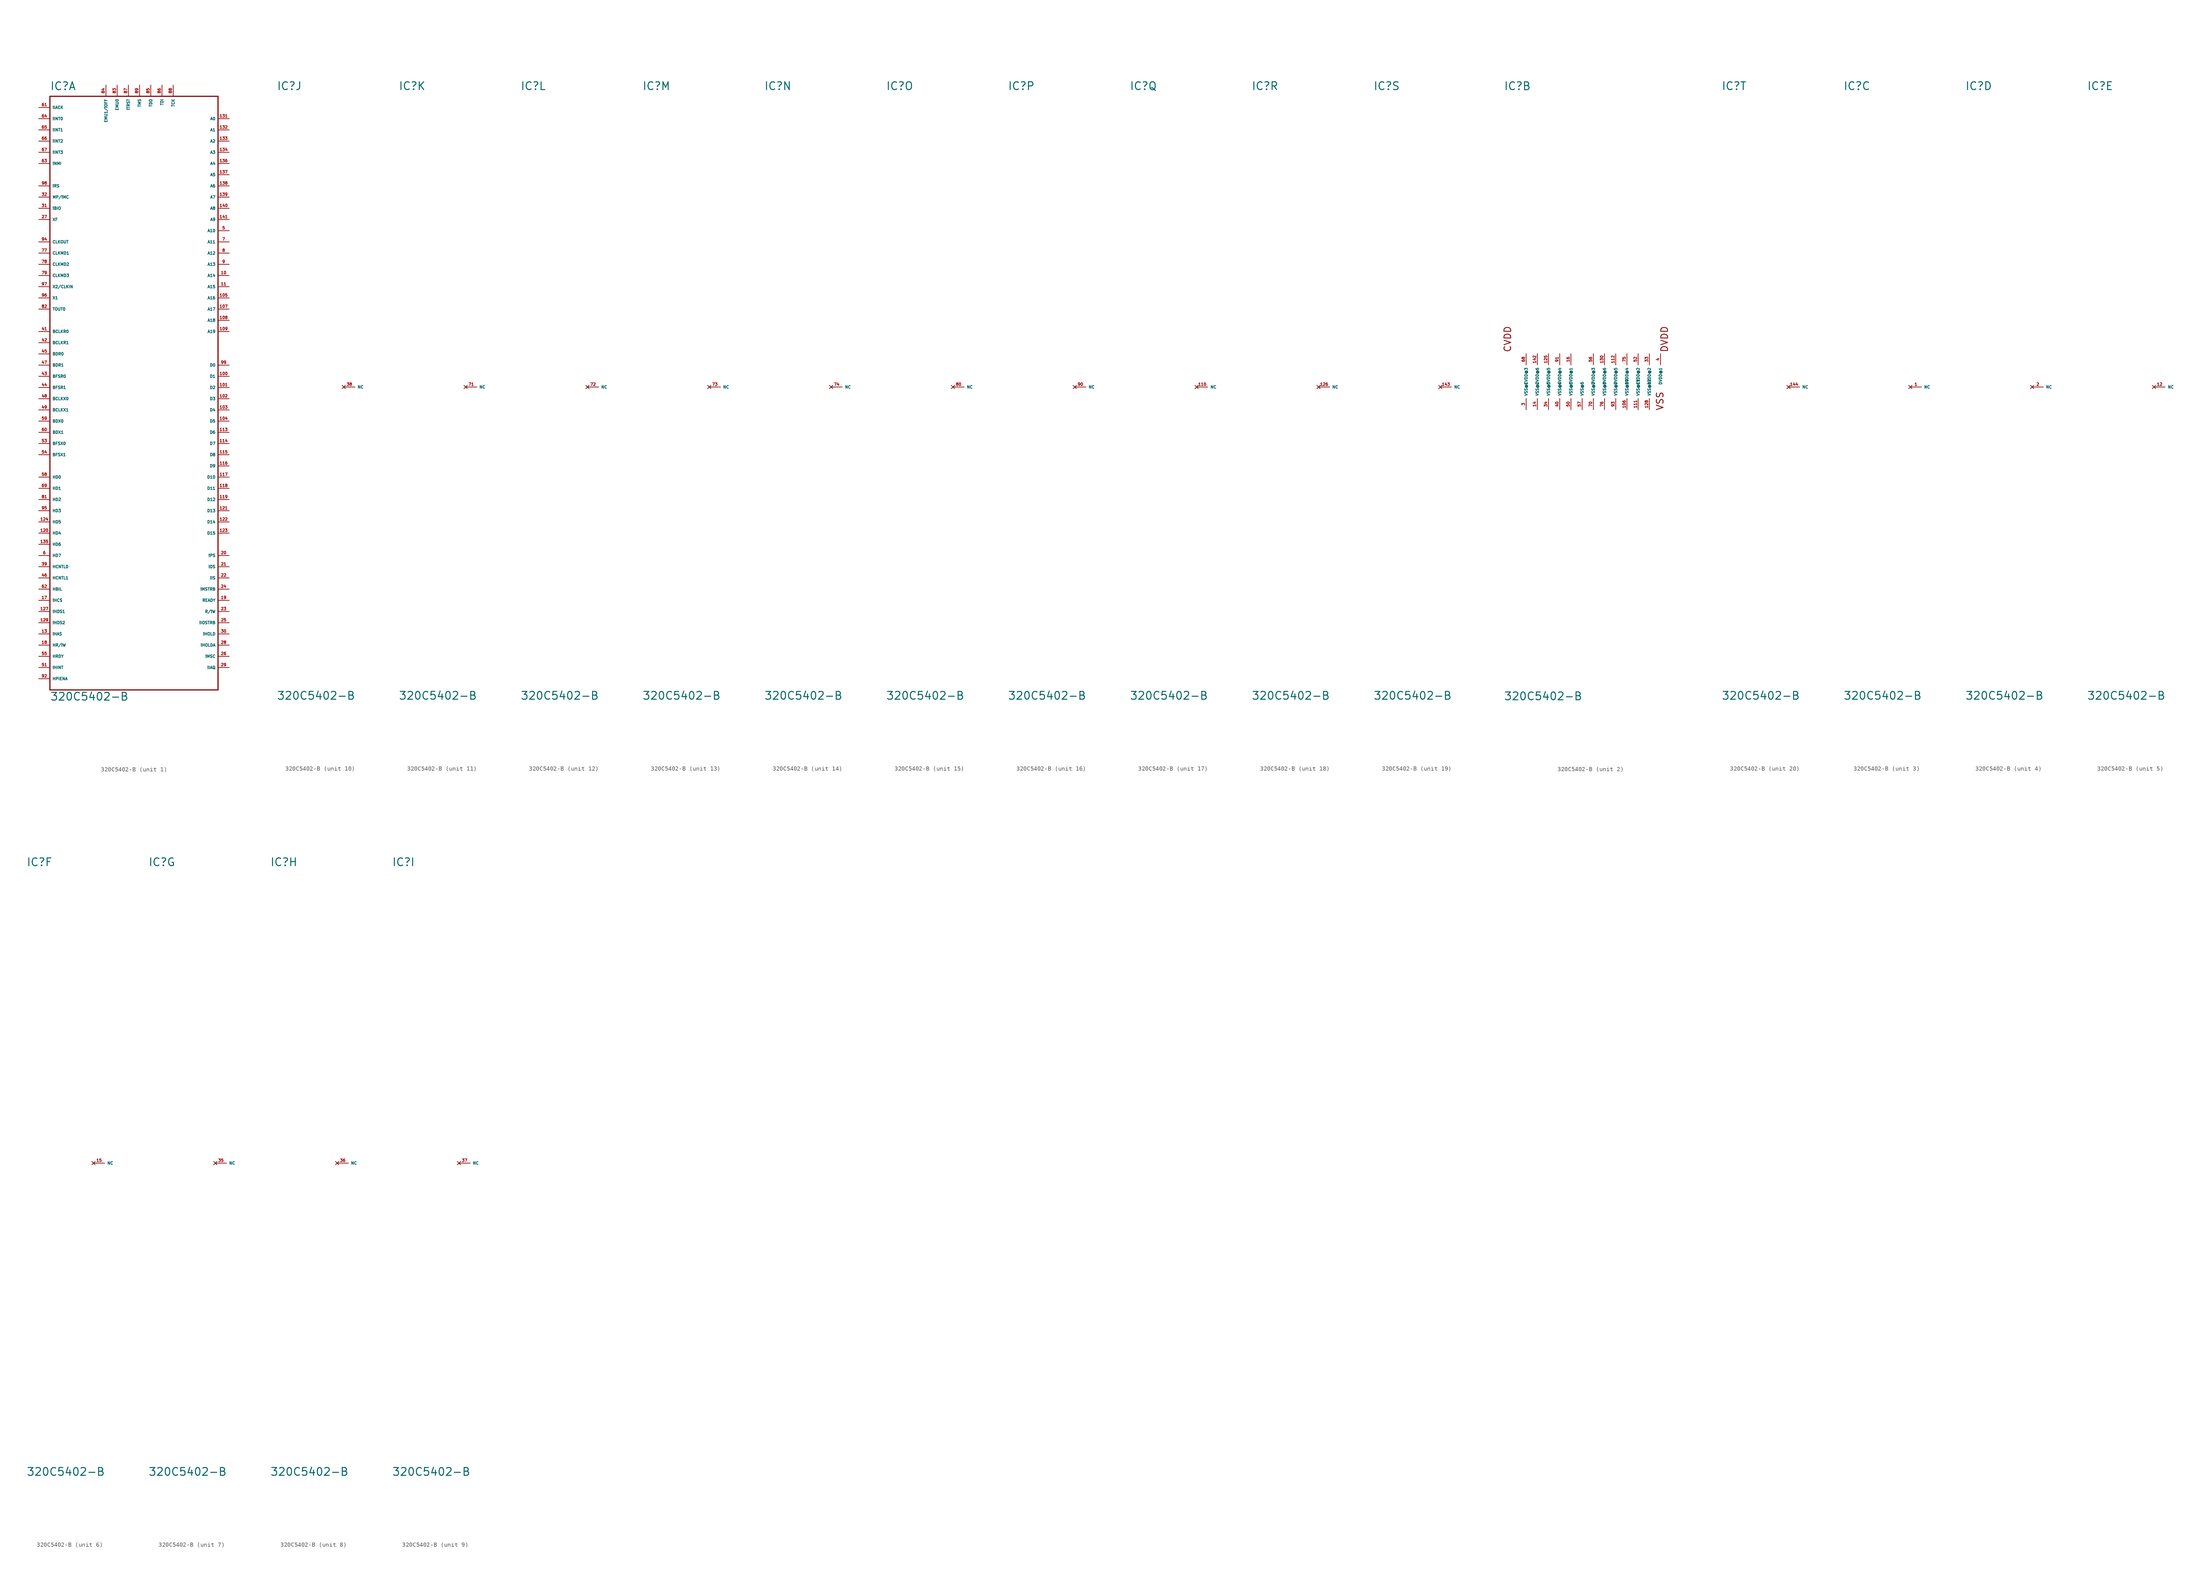
<source format=kicad_sym>
(kicad_symbol_lib
  (version 20220914)
  (generator Eagle2Kicad)
  (symbol "320C5402-B"
    (property "Reference" "IC"
      (at -20.32 67.31 0)
      (effects (font (size 1.778 1.778) (thickness 0.22)) (justify left bottom)))
    (property "Value" "320C5402-B"
      (at -20.32 -71.12 0)
      (effects (font (size 1.778 1.778) (thickness 0.22)) (justify left bottom)))
    (symbol "320C5402-B_1_0"
      (polyline (pts (xy -20.32 66.04) (xy 17.78 66.04)) (stroke (width 0.254) (type default)) (fill (type none)))
      (polyline (pts (xy 17.78 66.04) (xy 17.78 -68.58)) (stroke (width 0.254) (type default)) (fill (type none)))
      (polyline (pts (xy 17.78 -68.58) (xy -20.32 -68.58)) (stroke (width 0.254) (type default)) (fill (type none)))
      (polyline (pts (xy -20.32 -68.58) (xy -20.32 66.04)) (stroke (width 0.254) (type default)) (fill (type none)))
      (pin tri_state line (at 20.32 35.56 180) (length 2.54) (name "A10" (effects (font (size 0.635 0.635) (thickness 0.08)) (justify left bottom))) (number "5" (effects (font (size 0.635 0.635) (thickness 0.08)) (justify left bottom))))
      (pin tri_state line (at -22.86 -38.1 0) (length 2.54) (name "HD7" (effects (font (size 0.635 0.635) (thickness 0.08)) (justify left bottom))) (number "6" (effects (font (size 0.635 0.635) (thickness 0.08)) (justify left bottom))))
      (pin tri_state line (at 20.32 33.02 180) (length 2.54) (name "A11" (effects (font (size 0.635 0.635) (thickness 0.08)) (justify left bottom))) (number "7" (effects (font (size 0.635 0.635) (thickness 0.08)) (justify left bottom))))
      (pin tri_state line (at 20.32 58.42 180) (length 2.54) (name "A1" (effects (font (size 0.635 0.635) (thickness 0.08)) (justify left bottom))) (number "132" (effects (font (size 0.635 0.635) (thickness 0.08)) (justify left bottom))))
      (pin tri_state line (at 20.32 55.88 180) (length 2.54) (name "A2" (effects (font (size 0.635 0.635) (thickness 0.08)) (justify left bottom))) (number "133" (effects (font (size 0.635 0.635) (thickness 0.08)) (justify left bottom))))
      (pin tri_state line (at 20.32 53.34 180) (length 2.54) (name "A3" (effects (font (size 0.635 0.635) (thickness 0.08)) (justify left bottom))) (number "134" (effects (font (size 0.635 0.635) (thickness 0.08)) (justify left bottom))))
      (pin tri_state line (at 20.32 50.8 180) (length 2.54) (name "A4" (effects (font (size 0.635 0.635) (thickness 0.08)) (justify left bottom))) (number "136" (effects (font (size 0.635 0.635) (thickness 0.08)) (justify left bottom))))
      (pin tri_state line (at 20.32 48.26 180) (length 2.54) (name "A5" (effects (font (size 0.635 0.635) (thickness 0.08)) (justify left bottom))) (number "137" (effects (font (size 0.635 0.635) (thickness 0.08)) (justify left bottom))))
      (pin tri_state line (at 20.32 45.72 180) (length 2.54) (name "A6" (effects (font (size 0.635 0.635) (thickness 0.08)) (justify left bottom))) (number "138" (effects (font (size 0.635 0.635) (thickness 0.08)) (justify left bottom))))
      (pin tri_state line (at 20.32 43.18 180) (length 2.54) (name "A7" (effects (font (size 0.635 0.635) (thickness 0.08)) (justify left bottom))) (number "139" (effects (font (size 0.635 0.635) (thickness 0.08)) (justify left bottom))))
      (pin tri_state line (at 20.32 40.64 180) (length 2.54) (name "A8" (effects (font (size 0.635 0.635) (thickness 0.08)) (justify left bottom))) (number "140" (effects (font (size 0.635 0.635) (thickness 0.08)) (justify left bottom))))
      (pin tri_state line (at 20.32 38.1 180) (length 2.54) (name "A9" (effects (font (size 0.635 0.635) (thickness 0.08)) (justify left bottom))) (number "141" (effects (font (size 0.635 0.635) (thickness 0.08)) (justify left bottom))))
      (pin tri_state line (at 20.32 30.48 180) (length 2.54) (name "A12" (effects (font (size 0.635 0.635) (thickness 0.08)) (justify left bottom))) (number "8" (effects (font (size 0.635 0.635) (thickness 0.08)) (justify left bottom))))
      (pin tri_state line (at 20.32 27.94 180) (length 2.54) (name "A13" (effects (font (size 0.635 0.635) (thickness 0.08)) (justify left bottom))) (number "9" (effects (font (size 0.635 0.635) (thickness 0.08)) (justify left bottom))))
      (pin tri_state line (at 20.32 25.4 180) (length 2.54) (name "A14" (effects (font (size 0.635 0.635) (thickness 0.08)) (justify left bottom))) (number "10" (effects (font (size 0.635 0.635) (thickness 0.08)) (justify left bottom))))
      (pin tri_state line (at 20.32 22.86 180) (length 2.54) (name "A15" (effects (font (size 0.635 0.635) (thickness 0.08)) (justify left bottom))) (number "11" (effects (font (size 0.635 0.635) (thickness 0.08)) (justify left bottom))))
      (pin tri_state line (at 20.32 20.32 180) (length 2.54) (name "A16" (effects (font (size 0.635 0.635) (thickness 0.08)) (justify left bottom))) (number "105" (effects (font (size 0.635 0.635) (thickness 0.08)) (justify left bottom))))
      (pin tri_state line (at 20.32 17.78 180) (length 2.54) (name "A17" (effects (font (size 0.635 0.635) (thickness 0.08)) (justify left bottom))) (number "107" (effects (font (size 0.635 0.635) (thickness 0.08)) (justify left bottom))))
      (pin tri_state line (at 20.32 15.24 180) (length 2.54) (name "A18" (effects (font (size 0.635 0.635) (thickness 0.08)) (justify left bottom))) (number "108" (effects (font (size 0.635 0.635) (thickness 0.08)) (justify left bottom))))
      (pin tri_state line (at 20.32 12.7 180) (length 2.54) (name "A19" (effects (font (size 0.635 0.635) (thickness 0.08)) (justify left bottom))) (number "109" (effects (font (size 0.635 0.635) (thickness 0.08)) (justify left bottom))))
      (pin tri_state line (at 20.32 60.96 180) (length 2.54) (name "A0" (effects (font (size 0.635 0.635) (thickness 0.08)) (justify left bottom))) (number "131" (effects (font (size 0.635 0.635) (thickness 0.08)) (justify left bottom))))
      (pin tri_state line (at -22.86 -35.56 0) (length 2.54) (name "HD6" (effects (font (size 0.635 0.635) (thickness 0.08)) (justify left bottom))) (number "135" (effects (font (size 0.635 0.635) (thickness 0.08)) (justify left bottom))))
      (pin input line (at -22.86 -55.88 0) (length 2.54) (name "!HAS" (effects (font (size 0.635 0.635) (thickness 0.08)) (justify left bottom))) (number "13" (effects (font (size 0.635 0.635) (thickness 0.08)) (justify left bottom))))
      (pin input line (at -22.86 -48.26 0) (length 2.54) (name "!HCS" (effects (font (size 0.635 0.635) (thickness 0.08)) (justify left bottom))) (number "17" (effects (font (size 0.635 0.635) (thickness 0.08)) (justify left bottom))))
      (pin input line (at -22.86 -58.42 0) (length 2.54) (name "HR/!W" (effects (font (size 0.635 0.635) (thickness 0.08)) (justify left bottom))) (number "18" (effects (font (size 0.635 0.635) (thickness 0.08)) (justify left bottom))))
      (pin input line (at 20.32 -48.26 180) (length 2.54) (name "READY" (effects (font (size 0.635 0.635) (thickness 0.08)) (justify left bottom))) (number "19" (effects (font (size 0.635 0.635) (thickness 0.08)) (justify left bottom))))
      (pin tri_state line (at 20.32 -38.1 180) (length 2.54) (name "!PS" (effects (font (size 0.635 0.635) (thickness 0.08)) (justify left bottom))) (number "20" (effects (font (size 0.635 0.635) (thickness 0.08)) (justify left bottom))))
      (pin tri_state line (at 20.32 -40.64 180) (length 2.54) (name "!DS" (effects (font (size 0.635 0.635) (thickness 0.08)) (justify left bottom))) (number "21" (effects (font (size 0.635 0.635) (thickness 0.08)) (justify left bottom))))
      (pin tri_state line (at 20.32 -43.18 180) (length 2.54) (name "!IS" (effects (font (size 0.635 0.635) (thickness 0.08)) (justify left bottom))) (number "22" (effects (font (size 0.635 0.635) (thickness 0.08)) (justify left bottom))))
      (pin tri_state line (at 20.32 -50.8 180) (length 2.54) (name "R/!W" (effects (font (size 0.635 0.635) (thickness 0.08)) (justify left bottom))) (number "23" (effects (font (size 0.635 0.635) (thickness 0.08)) (justify left bottom))))
      (pin tri_state line (at 20.32 -45.72 180) (length 2.54) (name "!MSTRB" (effects (font (size 0.635 0.635) (thickness 0.08)) (justify left bottom))) (number "24" (effects (font (size 0.635 0.635) (thickness 0.08)) (justify left bottom))))
      (pin tri_state line (at 20.32 -53.34 180) (length 2.54) (name "!IOSTRB" (effects (font (size 0.635 0.635) (thickness 0.08)) (justify left bottom))) (number "25" (effects (font (size 0.635 0.635) (thickness 0.08)) (justify left bottom))))
      (pin tri_state line (at 20.32 -60.96 180) (length 2.54) (name "!MSC" (effects (font (size 0.635 0.635) (thickness 0.08)) (justify left bottom))) (number "26" (effects (font (size 0.635 0.635) (thickness 0.08)) (justify left bottom))))
      (pin tri_state line (at -22.86 38.1 0) (length 2.54) (name "XF" (effects (font (size 0.635 0.635) (thickness 0.08)) (justify left bottom))) (number "27" (effects (font (size 0.635 0.635) (thickness 0.08)) (justify left bottom))))
      (pin tri_state line (at 20.32 -58.42 180) (length 2.54) (name "!HOLDA" (effects (font (size 0.635 0.635) (thickness 0.08)) (justify left bottom))) (number "28" (effects (font (size 0.635 0.635) (thickness 0.08)) (justify left bottom))))
      (pin tri_state line (at 20.32 -63.5 180) (length 2.54) (name "!IAQ" (effects (font (size 0.635 0.635) (thickness 0.08)) (justify left bottom))) (number "29" (effects (font (size 0.635 0.635) (thickness 0.08)) (justify left bottom))))
      (pin input line (at 20.32 -55.88 180) (length 2.54) (name "!HOLD" (effects (font (size 0.635 0.635) (thickness 0.08)) (justify left bottom))) (number "30" (effects (font (size 0.635 0.635) (thickness 0.08)) (justify left bottom))))
      (pin input line (at -22.86 40.64 0) (length 2.54) (name "!BIO" (effects (font (size 0.635 0.635) (thickness 0.08)) (justify left bottom))) (number "31" (effects (font (size 0.635 0.635) (thickness 0.08)) (justify left bottom))))
      (pin input line (at -22.86 43.18 0) (length 2.54) (name "MP/!MC" (effects (font (size 0.635 0.635) (thickness 0.08)) (justify left bottom))) (number "32" (effects (font (size 0.635 0.635) (thickness 0.08)) (justify left bottom))))
      (pin input line (at -22.86 -40.64 0) (length 2.54) (name "HCNTL0" (effects (font (size 0.635 0.635) (thickness 0.08)) (justify left bottom))) (number "39" (effects (font (size 0.635 0.635) (thickness 0.08)) (justify left bottom))))
      (pin tri_state line (at -22.86 12.7 0) (length 2.54) (name "BCLKR0" (effects (font (size 0.635 0.635) (thickness 0.08)) (justify left bottom))) (number "41" (effects (font (size 0.635 0.635) (thickness 0.08)) (justify left bottom))))
      (pin tri_state line (at -22.86 10.16 0) (length 2.54) (name "BCLKR1" (effects (font (size 0.635 0.635) (thickness 0.08)) (justify left bottom))) (number "42" (effects (font (size 0.635 0.635) (thickness 0.08)) (justify left bottom))))
      (pin tri_state line (at -22.86 2.54 0) (length 2.54) (name "BFSR0" (effects (font (size 0.635 0.635) (thickness 0.08)) (justify left bottom))) (number "43" (effects (font (size 0.635 0.635) (thickness 0.08)) (justify left bottom))))
      (pin tri_state line (at -22.86 0 0) (length 2.54) (name "BFSR1" (effects (font (size 0.635 0.635) (thickness 0.08)) (justify left bottom))) (number "44" (effects (font (size 0.635 0.635) (thickness 0.08)) (justify left bottom))))
      (pin input line (at -22.86 -43.18 0) (length 2.54) (name "HCNTL1" (effects (font (size 0.635 0.635) (thickness 0.08)) (justify left bottom))) (number "46" (effects (font (size 0.635 0.635) (thickness 0.08)) (justify left bottom))))
      (pin input line (at -22.86 5.08 0) (length 2.54) (name "BDR1" (effects (font (size 0.635 0.635) (thickness 0.08)) (justify left bottom))) (number "47" (effects (font (size 0.635 0.635) (thickness 0.08)) (justify left bottom))))
      (pin tri_state line (at -22.86 -2.54 0) (length 2.54) (name "BCLKX0" (effects (font (size 0.635 0.635) (thickness 0.08)) (justify left bottom))) (number "48" (effects (font (size 0.635 0.635) (thickness 0.08)) (justify left bottom))))
      (pin tri_state line (at -22.86 -5.08 0) (length 2.54) (name "BCLKX1" (effects (font (size 0.635 0.635) (thickness 0.08)) (justify left bottom))) (number "49" (effects (font (size 0.635 0.635) (thickness 0.08)) (justify left bottom))))
      (pin tri_state line (at -22.86 -63.5 0) (length 2.54) (name "!HINT" (effects (font (size 0.635 0.635) (thickness 0.08)) (justify left bottom))) (number "51" (effects (font (size 0.635 0.635) (thickness 0.08)) (justify left bottom))))
      (pin tri_state line (at -22.86 -12.7 0) (length 2.54) (name "BFSX0" (effects (font (size 0.635 0.635) (thickness 0.08)) (justify left bottom))) (number "53" (effects (font (size 0.635 0.635) (thickness 0.08)) (justify left bottom))))
      (pin tri_state line (at -22.86 -15.24 0) (length 2.54) (name "BFSX1" (effects (font (size 0.635 0.635) (thickness 0.08)) (justify left bottom))) (number "54" (effects (font (size 0.635 0.635) (thickness 0.08)) (justify left bottom))))
      (pin tri_state line (at -22.86 -60.96 0) (length 2.54) (name "HRDY" (effects (font (size 0.635 0.635) (thickness 0.08)) (justify left bottom))) (number "55" (effects (font (size 0.635 0.635) (thickness 0.08)) (justify left bottom))))
      (pin tri_state line (at -22.86 -20.32 0) (length 2.54) (name "HD0" (effects (font (size 0.635 0.635) (thickness 0.08)) (justify left bottom))) (number "58" (effects (font (size 0.635 0.635) (thickness 0.08)) (justify left bottom))))
      (pin tri_state line (at -22.86 -7.62 0) (length 2.54) (name "BDX0" (effects (font (size 0.635 0.635) (thickness 0.08)) (justify left bottom))) (number "59" (effects (font (size 0.635 0.635) (thickness 0.08)) (justify left bottom))))
      (pin tri_state line (at -22.86 -10.16 0) (length 2.54) (name "BDX1" (effects (font (size 0.635 0.635) (thickness 0.08)) (justify left bottom))) (number "60" (effects (font (size 0.635 0.635) (thickness 0.08)) (justify left bottom))))
      (pin tri_state line (at -22.86 63.5 0) (length 2.54) (name "!IACK" (effects (font (size 0.635 0.635) (thickness 0.08)) (justify left bottom))) (number "61" (effects (font (size 0.635 0.635) (thickness 0.08)) (justify left bottom))))
      (pin input line (at -22.86 -45.72 0) (length 2.54) (name "HBIL" (effects (font (size 0.635 0.635) (thickness 0.08)) (justify left bottom))) (number "62" (effects (font (size 0.635 0.635) (thickness 0.08)) (justify left bottom))))
      (pin input line (at -22.86 50.8 0) (length 2.54) (name "!NMI" (effects (font (size 0.635 0.635) (thickness 0.08)) (justify left bottom))) (number "63" (effects (font (size 0.635 0.635) (thickness 0.08)) (justify left bottom))))
      (pin input line (at -22.86 60.96 0) (length 2.54) (name "!INT0" (effects (font (size 0.635 0.635) (thickness 0.08)) (justify left bottom))) (number "64" (effects (font (size 0.635 0.635) (thickness 0.08)) (justify left bottom))))
      (pin input line (at -22.86 58.42 0) (length 2.54) (name "!INT1" (effects (font (size 0.635 0.635) (thickness 0.08)) (justify left bottom))) (number "65" (effects (font (size 0.635 0.635) (thickness 0.08)) (justify left bottom))))
      (pin input line (at -22.86 55.88 0) (length 2.54) (name "!INT2" (effects (font (size 0.635 0.635) (thickness 0.08)) (justify left bottom))) (number "66" (effects (font (size 0.635 0.635) (thickness 0.08)) (justify left bottom))))
      (pin input line (at -22.86 53.34 0) (length 2.54) (name "!INT3" (effects (font (size 0.635 0.635) (thickness 0.08)) (justify left bottom))) (number "67" (effects (font (size 0.635 0.635) (thickness 0.08)) (justify left bottom))))
      (pin tri_state line (at -22.86 -22.86 0) (length 2.54) (name "HD1" (effects (font (size 0.635 0.635) (thickness 0.08)) (justify left bottom))) (number "69" (effects (font (size 0.635 0.635) (thickness 0.08)) (justify left bottom))))
      (pin input line (at -22.86 30.48 0) (length 2.54) (name "CLKMD1" (effects (font (size 0.635 0.635) (thickness 0.08)) (justify left bottom))) (number "77" (effects (font (size 0.635 0.635) (thickness 0.08)) (justify left bottom))))
      (pin input line (at -22.86 27.94 0) (length 2.54) (name "CLKMD2" (effects (font (size 0.635 0.635) (thickness 0.08)) (justify left bottom))) (number "78" (effects (font (size 0.635 0.635) (thickness 0.08)) (justify left bottom))))
      (pin input line (at -22.86 25.4 0) (length 2.54) (name "CLKMD3" (effects (font (size 0.635 0.635) (thickness 0.08)) (justify left bottom))) (number "79" (effects (font (size 0.635 0.635) (thickness 0.08)) (justify left bottom))))
      (pin tri_state line (at -22.86 -25.4 0) (length 2.54) (name "HD2" (effects (font (size 0.635 0.635) (thickness 0.08)) (justify left bottom))) (number "81" (effects (font (size 0.635 0.635) (thickness 0.08)) (justify left bottom))))
      (pin tri_state line (at -22.86 17.78 0) (length 2.54) (name "TOUT0" (effects (font (size 0.635 0.635) (thickness 0.08)) (justify left bottom))) (number "82" (effects (font (size 0.635 0.635) (thickness 0.08)) (justify left bottom))))
      (pin tri_state line (at -5.08 68.58 270) (length 2.54) (name "EMU0" (effects (font (size 0.635 0.635) (thickness 0.08)) (justify left bottom))) (number "83" (effects (font (size 0.635 0.635) (thickness 0.08)) (justify left bottom))))
      (pin tri_state line (at -7.62 68.58 270) (length 2.54) (name "EMU1/!OFF" (effects (font (size 0.635 0.635) (thickness 0.08)) (justify left bottom))) (number "84" (effects (font (size 0.635 0.635) (thickness 0.08)) (justify left bottom))))
      (pin tri_state line (at 2.54 68.58 270) (length 2.54) (name "TDO" (effects (font (size 0.635 0.635) (thickness 0.08)) (justify left bottom))) (number "85" (effects (font (size 0.635 0.635) (thickness 0.08)) (justify left bottom))))
      (pin input line (at 5.08 68.58 270) (length 2.54) (name "TDI" (effects (font (size 0.635 0.635) (thickness 0.08)) (justify left bottom))) (number "86" (effects (font (size 0.635 0.635) (thickness 0.08)) (justify left bottom))))
      (pin input line (at -2.54 68.58 270) (length 2.54) (name "!TRST" (effects (font (size 0.635 0.635) (thickness 0.08)) (justify left bottom))) (number "87" (effects (font (size 0.635 0.635) (thickness 0.08)) (justify left bottom))))
      (pin input line (at 7.62 68.58 270) (length 2.54) (name "TCK" (effects (font (size 0.635 0.635) (thickness 0.08)) (justify left bottom))) (number "88" (effects (font (size 0.635 0.635) (thickness 0.08)) (justify left bottom))))
      (pin input line (at 0 68.58 270) (length 2.54) (name "TMS" (effects (font (size 0.635 0.635) (thickness 0.08)) (justify left bottom))) (number "89" (effects (font (size 0.635 0.635) (thickness 0.08)) (justify left bottom))))
      (pin input line (at -22.86 -66.04 0) (length 2.54) (name "HPIENA" (effects (font (size 0.635 0.635) (thickness 0.08)) (justify left bottom))) (number "92" (effects (font (size 0.635 0.635) (thickness 0.08)) (justify left bottom))))
      (pin tri_state line (at -22.86 33.02 0) (length 2.54) (name "CLKOUT" (effects (font (size 0.635 0.635) (thickness 0.08)) (justify left bottom))) (number "94" (effects (font (size 0.635 0.635) (thickness 0.08)) (justify left bottom))))
      (pin tri_state line (at -22.86 -27.94 0) (length 2.54) (name "HD3" (effects (font (size 0.635 0.635) (thickness 0.08)) (justify left bottom))) (number "95" (effects (font (size 0.635 0.635) (thickness 0.08)) (justify left bottom))))
      (pin output line (at -22.86 20.32 0) (length 2.54) (name "X1" (effects (font (size 0.635 0.635) (thickness 0.08)) (justify left bottom))) (number "96" (effects (font (size 0.635 0.635) (thickness 0.08)) (justify left bottom))))
      (pin input line (at -22.86 22.86 0) (length 2.54) (name "X2/CLKIN" (effects (font (size 0.635 0.635) (thickness 0.08)) (justify left bottom))) (number "97" (effects (font (size 0.635 0.635) (thickness 0.08)) (justify left bottom))))
      (pin input line (at -22.86 45.72 0) (length 2.54) (name "!RS" (effects (font (size 0.635 0.635) (thickness 0.08)) (justify left bottom))) (number "98" (effects (font (size 0.635 0.635) (thickness 0.08)) (justify left bottom))))
      (pin tri_state line (at 20.32 5.08 180) (length 2.54) (name "D0" (effects (font (size 0.635 0.635) (thickness 0.08)) (justify left bottom))) (number "99" (effects (font (size 0.635 0.635) (thickness 0.08)) (justify left bottom))))
      (pin tri_state line (at 20.32 2.54 180) (length 2.54) (name "D1" (effects (font (size 0.635 0.635) (thickness 0.08)) (justify left bottom))) (number "100" (effects (font (size 0.635 0.635) (thickness 0.08)) (justify left bottom))))
      (pin tri_state line (at 20.32 0 180) (length 2.54) (name "D2" (effects (font (size 0.635 0.635) (thickness 0.08)) (justify left bottom))) (number "101" (effects (font (size 0.635 0.635) (thickness 0.08)) (justify left bottom))))
      (pin tri_state line (at 20.32 -2.54 180) (length 2.54) (name "D3" (effects (font (size 0.635 0.635) (thickness 0.08)) (justify left bottom))) (number "102" (effects (font (size 0.635 0.635) (thickness 0.08)) (justify left bottom))))
      (pin tri_state line (at 20.32 -5.08 180) (length 2.54) (name "D4" (effects (font (size 0.635 0.635) (thickness 0.08)) (justify left bottom))) (number "103" (effects (font (size 0.635 0.635) (thickness 0.08)) (justify left bottom))))
      (pin tri_state line (at 20.32 -7.62 180) (length 2.54) (name "D5" (effects (font (size 0.635 0.635) (thickness 0.08)) (justify left bottom))) (number "104" (effects (font (size 0.635 0.635) (thickness 0.08)) (justify left bottom))))
      (pin tri_state line (at 20.32 -10.16 180) (length 2.54) (name "D6" (effects (font (size 0.635 0.635) (thickness 0.08)) (justify left bottom))) (number "113" (effects (font (size 0.635 0.635) (thickness 0.08)) (justify left bottom))))
      (pin tri_state line (at 20.32 -12.7 180) (length 2.54) (name "D7" (effects (font (size 0.635 0.635) (thickness 0.08)) (justify left bottom))) (number "114" (effects (font (size 0.635 0.635) (thickness 0.08)) (justify left bottom))))
      (pin tri_state line (at 20.32 -15.24 180) (length 2.54) (name "D8" (effects (font (size 0.635 0.635) (thickness 0.08)) (justify left bottom))) (number "115" (effects (font (size 0.635 0.635) (thickness 0.08)) (justify left bottom))))
      (pin tri_state line (at 20.32 -17.78 180) (length 2.54) (name "D9" (effects (font (size 0.635 0.635) (thickness 0.08)) (justify left bottom))) (number "116" (effects (font (size 0.635 0.635) (thickness 0.08)) (justify left bottom))))
      (pin tri_state line (at 20.32 -20.32 180) (length 2.54) (name "D10" (effects (font (size 0.635 0.635) (thickness 0.08)) (justify left bottom))) (number "117" (effects (font (size 0.635 0.635) (thickness 0.08)) (justify left bottom))))
      (pin tri_state line (at 20.32 -22.86 180) (length 2.54) (name "D11" (effects (font (size 0.635 0.635) (thickness 0.08)) (justify left bottom))) (number "118" (effects (font (size 0.635 0.635) (thickness 0.08)) (justify left bottom))))
      (pin tri_state line (at 20.32 -25.4 180) (length 2.54) (name "D12" (effects (font (size 0.635 0.635) (thickness 0.08)) (justify left bottom))) (number "119" (effects (font (size 0.635 0.635) (thickness 0.08)) (justify left bottom))))
      (pin tri_state line (at 20.32 -27.94 180) (length 2.54) (name "D13" (effects (font (size 0.635 0.635) (thickness 0.08)) (justify left bottom))) (number "121" (effects (font (size 0.635 0.635) (thickness 0.08)) (justify left bottom))))
      (pin tri_state line (at 20.32 -30.48 180) (length 2.54) (name "D14" (effects (font (size 0.635 0.635) (thickness 0.08)) (justify left bottom))) (number "122" (effects (font (size 0.635 0.635) (thickness 0.08)) (justify left bottom))))
      (pin tri_state line (at 20.32 -33.02 180) (length 2.54) (name "D15" (effects (font (size 0.635 0.635) (thickness 0.08)) (justify left bottom))) (number "123" (effects (font (size 0.635 0.635) (thickness 0.08)) (justify left bottom))))
      (pin tri_state line (at -22.86 -33.02 0) (length 2.54) (name "HD4" (effects (font (size 0.635 0.635) (thickness 0.08)) (justify left bottom))) (number "120" (effects (font (size 0.635 0.635) (thickness 0.08)) (justify left bottom))))
      (pin tri_state line (at -22.86 -30.48 0) (length 2.54) (name "HD5" (effects (font (size 0.635 0.635) (thickness 0.08)) (justify left bottom))) (number "124" (effects (font (size 0.635 0.635) (thickness 0.08)) (justify left bottom))))
      (pin input line (at -22.86 -50.8 0) (length 2.54) (name "!HDS1" (effects (font (size 0.635 0.635) (thickness 0.08)) (justify left bottom))) (number "127" (effects (font (size 0.635 0.635) (thickness 0.08)) (justify left bottom))))
      (pin input line (at -22.86 -53.34 0) (length 2.54) (name "!HDS2" (effects (font (size 0.635 0.635) (thickness 0.08)) (justify left bottom))) (number "129" (effects (font (size 0.635 0.635) (thickness 0.08)) (justify left bottom))))
      (pin input line (at -22.86 7.62 0) (length 2.54) (name "BDR0" (effects (font (size 0.635 0.635) (thickness 0.08)) (justify left bottom))) (number "45" (effects (font (size 0.635 0.635) (thickness 0.08)) (justify left bottom)))))
    (symbol "320C5402-B_2_0"
      (text "DVDD" (at 17.018 7.874 2700) (effects (font (size 1.524 1.524) (thickness 0.19)) (justify left bottom)))
      (text "CVDD" (at -18.542 7.874 2700) (effects (font (size 1.524 1.524) (thickness 0.19)) (justify left bottom)))
      (text "VSS" (at 16.002 -5.334 900) (effects (font (size 1.524 1.524) (thickness 0.19)) (justify left bottom)))
      (pin unspecified line (at -15.24 -5.08 90) (length 2.54) (name "VSS@1" (effects (font (size 0.635 0.635) (thickness 0.08)) (justify left bottom))) (number "3" (effects (font (size 0.635 0.635) (thickness 0.08)) (justify left bottom))))
      (pin unspecified line (at 15.24 7.62 270) (length 2.54) (name "DVDD@1" (effects (font (size 0.635 0.635) (thickness 0.08)) (justify left bottom))) (number "4" (effects (font (size 0.635 0.635) (thickness 0.08)) (justify left bottom))))
      (pin unspecified line (at -12.7 -5.08 90) (length 2.54) (name "VSS@2" (effects (font (size 0.635 0.635) (thickness 0.08)) (justify left bottom))) (number "14" (effects (font (size 0.635 0.635) (thickness 0.08)) (justify left bottom))))
      (pin unspecified line (at -5.08 7.62 270) (length 2.54) (name "CVDD@1" (effects (font (size 0.635 0.635) (thickness 0.08)) (justify left bottom))) (number "16" (effects (font (size 0.635 0.635) (thickness 0.08)) (justify left bottom))))
      (pin unspecified line (at 12.7 7.62 270) (length 2.54) (name "DVDD@2" (effects (font (size 0.635 0.635) (thickness 0.08)) (justify left bottom))) (number "33" (effects (font (size 0.635 0.635) (thickness 0.08)) (justify left bottom))))
      (pin unspecified line (at -10.16 -5.08 90) (length 2.54) (name "VSS@3" (effects (font (size 0.635 0.635) (thickness 0.08)) (justify left bottom))) (number "34" (effects (font (size 0.635 0.635) (thickness 0.08)) (justify left bottom))))
      (pin unspecified line (at -7.62 -5.08 90) (length 2.54) (name "VSS@4" (effects (font (size 0.635 0.635) (thickness 0.08)) (justify left bottom))) (number "40" (effects (font (size 0.635 0.635) (thickness 0.08)) (justify left bottom))))
      (pin unspecified line (at -5.08 -5.08 90) (length 2.54) (name "VSS@5" (effects (font (size 0.635 0.635) (thickness 0.08)) (justify left bottom))) (number "50" (effects (font (size 0.635 0.635) (thickness 0.08)) (justify left bottom))))
      (pin unspecified line (at 10.16 7.62 270) (length 2.54) (name "CVDD@2" (effects (font (size 0.635 0.635) (thickness 0.08)) (justify left bottom))) (number "52" (effects (font (size 0.635 0.635) (thickness 0.08)) (justify left bottom))))
      (pin unspecified line (at 0 7.62 270) (length 2.54) (name "DVDD@3" (effects (font (size 0.635 0.635) (thickness 0.08)) (justify left bottom))) (number "56" (effects (font (size 0.635 0.635) (thickness 0.08)) (justify left bottom))))
      (pin unspecified line (at -2.54 -5.08 90) (length 2.54) (name "VSS@6" (effects (font (size 0.635 0.635) (thickness 0.08)) (justify left bottom))) (number "57" (effects (font (size 0.635 0.635) (thickness 0.08)) (justify left bottom))))
      (pin unspecified line (at -15.24 7.62 270) (length 2.54) (name "CVDD@3" (effects (font (size 0.635 0.635) (thickness 0.08)) (justify left bottom))) (number "68" (effects (font (size 0.635 0.635) (thickness 0.08)) (justify left bottom))))
      (pin unspecified line (at 0 -5.08 90) (length 2.54) (name "VSS@7" (effects (font (size 0.635 0.635) (thickness 0.08)) (justify left bottom))) (number "70" (effects (font (size 0.635 0.635) (thickness 0.08)) (justify left bottom))))
      (pin unspecified line (at 7.62 7.62 270) (length 2.54) (name "DVDD@4" (effects (font (size 0.635 0.635) (thickness 0.08)) (justify left bottom))) (number "75" (effects (font (size 0.635 0.635) (thickness 0.08)) (justify left bottom))))
      (pin unspecified line (at 2.54 -5.08 90) (length 2.54) (name "VSS@8" (effects (font (size 0.635 0.635) (thickness 0.08)) (justify left bottom))) (number "76" (effects (font (size 0.635 0.635) (thickness 0.08)) (justify left bottom))))
      (pin unspecified line (at -7.62 7.62 270) (length 2.54) (name "CVDD@4" (effects (font (size 0.635 0.635) (thickness 0.08)) (justify left bottom))) (number "91" (effects (font (size 0.635 0.635) (thickness 0.08)) (justify left bottom))))
      (pin unspecified line (at 5.08 -5.08 90) (length 2.54) (name "VSS@9" (effects (font (size 0.635 0.635) (thickness 0.08)) (justify left bottom))) (number "93" (effects (font (size 0.635 0.635) (thickness 0.08)) (justify left bottom))))
      (pin unspecified line (at 7.62 -5.08 90) (length 2.54) (name "VSS@10" (effects (font (size 0.635 0.635) (thickness 0.08)) (justify left bottom))) (number "106" (effects (font (size 0.635 0.635) (thickness 0.08)) (justify left bottom))))
      (pin unspecified line (at 10.16 -5.08 90) (length 2.54) (name "VSS@11" (effects (font (size 0.635 0.635) (thickness 0.08)) (justify left bottom))) (number "111" (effects (font (size 0.635 0.635) (thickness 0.08)) (justify left bottom))))
      (pin unspecified line (at 5.08 7.62 270) (length 2.54) (name "DVDD@5" (effects (font (size 0.635 0.635) (thickness 0.08)) (justify left bottom))) (number "112" (effects (font (size 0.635 0.635) (thickness 0.08)) (justify left bottom))))
      (pin unspecified line (at -10.16 7.62 270) (length 2.54) (name "CVDD@5" (effects (font (size 0.635 0.635) (thickness 0.08)) (justify left bottom))) (number "125" (effects (font (size 0.635 0.635) (thickness 0.08)) (justify left bottom))))
      (pin unspecified line (at 12.7 -5.08 90) (length 2.54) (name "VSS@12" (effects (font (size 0.635 0.635) (thickness 0.08)) (justify left bottom))) (number "128" (effects (font (size 0.635 0.635) (thickness 0.08)) (justify left bottom))))
      (pin unspecified line (at 2.54 7.62 270) (length 2.54) (name "DVDD@6" (effects (font (size 0.635 0.635) (thickness 0.08)) (justify left bottom))) (number "130" (effects (font (size 0.635 0.635) (thickness 0.08)) (justify left bottom))))
      (pin unspecified line (at -12.7 7.62 270) (length 2.54) (name "CVDD@6" (effects (font (size 0.635 0.635) (thickness 0.08)) (justify left bottom))) (number "142" (effects (font (size 0.635 0.635) (thickness 0.08)) (justify left bottom)))))
    (symbol "320C5402-B_3_0"
      (pin no_connect line (at -5.08 0 0) (length 2.54) (name "NC" (effects (font (size 0.635 0.635) (thickness 0.08)) (justify left bottom) hide)) (number "1" (effects (font (size 0.635 0.635) (thickness 0.08)) (justify left bottom) hide))))
    (symbol "320C5402-B_4_0"
      (pin no_connect line (at -5.08 0 0) (length 2.54) (name "NC" (effects (font (size 0.635 0.635) (thickness 0.08)) (justify left bottom) hide)) (number "2" (effects (font (size 0.635 0.635) (thickness 0.08)) (justify left bottom) hide))))
    (symbol "320C5402-B_5_0"
      (pin no_connect line (at -5.08 0 0) (length 2.54) (name "NC" (effects (font (size 0.635 0.635) (thickness 0.08)) (justify left bottom) hide)) (number "12" (effects (font (size 0.635 0.635) (thickness 0.08)) (justify left bottom) hide))))
    (symbol "320C5402-B_6_0"
      (pin no_connect line (at -5.08 0 0) (length 2.54) (name "NC" (effects (font (size 0.635 0.635) (thickness 0.08)) (justify left bottom) hide)) (number "15" (effects (font (size 0.635 0.635) (thickness 0.08)) (justify left bottom) hide))))
    (symbol "320C5402-B_7_0"
      (pin no_connect line (at -5.08 0 0) (length 2.54) (name "NC" (effects (font (size 0.635 0.635) (thickness 0.08)) (justify left bottom) hide)) (number "35" (effects (font (size 0.635 0.635) (thickness 0.08)) (justify left bottom) hide))))
    (symbol "320C5402-B_8_0"
      (pin no_connect line (at -5.08 0 0) (length 2.54) (name "NC" (effects (font (size 0.635 0.635) (thickness 0.08)) (justify left bottom) hide)) (number "36" (effects (font (size 0.635 0.635) (thickness 0.08)) (justify left bottom) hide))))
    (symbol "320C5402-B_9_0"
      (pin no_connect line (at -5.08 0 0) (length 2.54) (name "NC" (effects (font (size 0.635 0.635) (thickness 0.08)) (justify left bottom) hide)) (number "37" (effects (font (size 0.635 0.635) (thickness 0.08)) (justify left bottom) hide))))
    (symbol "320C5402-B_10_0"
      (pin no_connect line (at -5.08 0 0) (length 2.54) (name "NC" (effects (font (size 0.635 0.635) (thickness 0.08)) (justify left bottom) hide)) (number "38" (effects (font (size 0.635 0.635) (thickness 0.08)) (justify left bottom) hide))))
    (symbol "320C5402-B_11_0"
      (pin no_connect line (at -5.08 0 0) (length 2.54) (name "NC" (effects (font (size 0.635 0.635) (thickness 0.08)) (justify left bottom) hide)) (number "71" (effects (font (size 0.635 0.635) (thickness 0.08)) (justify left bottom) hide))))
    (symbol "320C5402-B_12_0"
      (pin no_connect line (at -5.08 0 0) (length 2.54) (name "NC" (effects (font (size 0.635 0.635) (thickness 0.08)) (justify left bottom) hide)) (number "72" (effects (font (size 0.635 0.635) (thickness 0.08)) (justify left bottom) hide))))
    (symbol "320C5402-B_13_0"
      (pin no_connect line (at -5.08 0 0) (length 2.54) (name "NC" (effects (font (size 0.635 0.635) (thickness 0.08)) (justify left bottom) hide)) (number "73" (effects (font (size 0.635 0.635) (thickness 0.08)) (justify left bottom) hide))))
    (symbol "320C5402-B_14_0"
      (pin no_connect line (at -5.08 0 0) (length 2.54) (name "NC" (effects (font (size 0.635 0.635) (thickness 0.08)) (justify left bottom) hide)) (number "74" (effects (font (size 0.635 0.635) (thickness 0.08)) (justify left bottom) hide))))
    (symbol "320C5402-B_15_0"
      (pin no_connect line (at -5.08 0 0) (length 2.54) (name "NC" (effects (font (size 0.635 0.635) (thickness 0.08)) (justify left bottom) hide)) (number "80" (effects (font (size 0.635 0.635) (thickness 0.08)) (justify left bottom) hide))))
    (symbol "320C5402-B_16_0"
      (pin no_connect line (at -5.08 0 0) (length 2.54) (name "NC" (effects (font (size 0.635 0.635) (thickness 0.08)) (justify left bottom) hide)) (number "90" (effects (font (size 0.635 0.635) (thickness 0.08)) (justify left bottom) hide))))
    (symbol "320C5402-B_17_0"
      (pin no_connect line (at -5.08 0 0) (length 2.54) (name "NC" (effects (font (size 0.635 0.635) (thickness 0.08)) (justify left bottom) hide)) (number "110" (effects (font (size 0.635 0.635) (thickness 0.08)) (justify left bottom) hide))))
    (symbol "320C5402-B_18_0"
      (pin no_connect line (at -5.08 0 0) (length 2.54) (name "NC" (effects (font (size 0.635 0.635) (thickness 0.08)) (justify left bottom) hide)) (number "126" (effects (font (size 0.635 0.635) (thickness 0.08)) (justify left bottom) hide))))
    (symbol "320C5402-B_19_0"
      (pin no_connect line (at -5.08 0 0) (length 2.54) (name "NC" (effects (font (size 0.635 0.635) (thickness 0.08)) (justify left bottom) hide)) (number "143" (effects (font (size 0.635 0.635) (thickness 0.08)) (justify left bottom) hide))))
    (symbol "320C5402-B_20_0"
      (pin no_connect line (at -5.08 0 0) (length 2.54) (name "NC" (effects (font (size 0.635 0.635) (thickness 0.08)) (justify left bottom) hide)) (number "144" (effects (font (size 0.635 0.635) (thickness 0.08)) (justify left bottom) hide))))))
</source>
